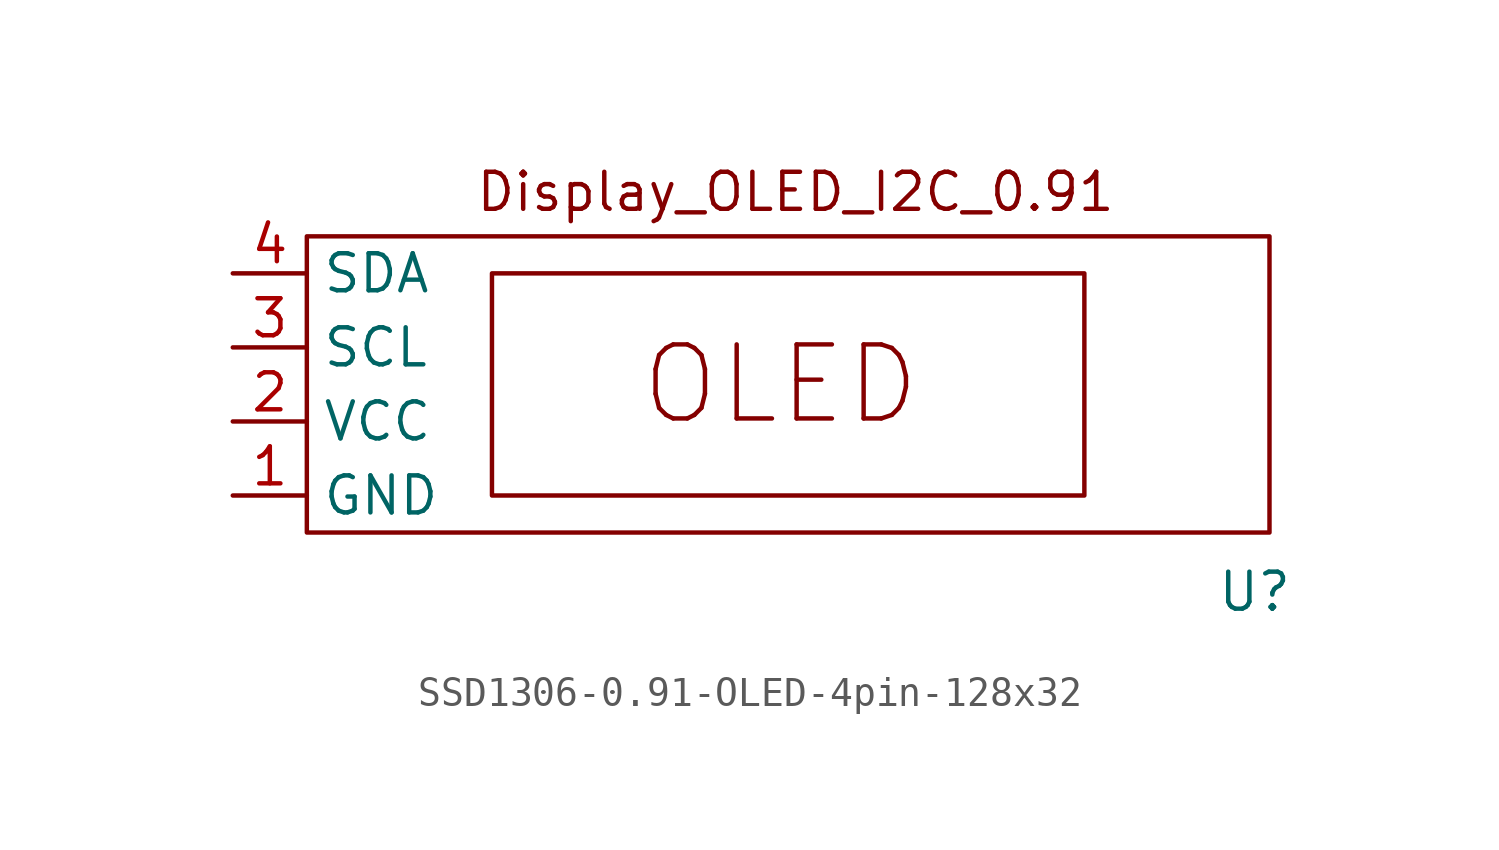
<source format=kicad_sym>
(kicad_symbol_lib
  (version 20231120)
  (generator "kicad_symbol_editor")
  (generator_version "8.0")
  (symbol "SSD1306-0.91-OLED-4pin-128x32"
    (property "Reference" "U"
      (at 32.512 -12.192 0)
      (effects (font (size 1.27 1.27))))
    (property "Value" ""
      (at 0 0 0)
      (effects (font (size 1.27 1.27))))
    (symbol "SSD1306-0.91-OLED-4pin-128x32_1_1"
      (rectangle (start 0 0) (end 33.02 -10.16) (stroke (width 0) (type default)) (fill (type none)))
      (rectangle (start 6.35 -1.27) (end 26.67 -8.89) (stroke (width 0) (type default)) (fill (type none)))
      (text "Display_OLED_I2C_0.91" (at 16.764 1.524 0) (effects (font (face "KiCad Font") (size 1.27 1.27))))
      (text "OLED" (at 16.256 -5.08 0) (effects (font (face "KiCad Font") (size 2.54 2.54))))
      (pin power_in line (at -2.54 -8.89 0) (length 2.54) (name "GND" (effects (font (size 1.27 1.27)))) (number "1" (effects (font (size 1.27 1.27)))))
      (pin power_in line (at -2.54 -6.35 0) (length 2.54) (name "VCC" (effects (font (size 1.27 1.27)))) (number "2" (effects (font (size 1.27 1.27)))))
      (pin bidirectional line (at -2.54 -3.81 0) (length 2.54) (name "SCL" (effects (font (size 1.27 1.27)))) (number "3" (effects (font (size 1.27 1.27)))))
      (pin bidirectional line (at -2.54 -1.27 0) (length 2.54) (name "SDA" (effects (font (size 1.27 1.27)))) (number "4" (effects (font (size 1.27 1.27))))))))
</source>
